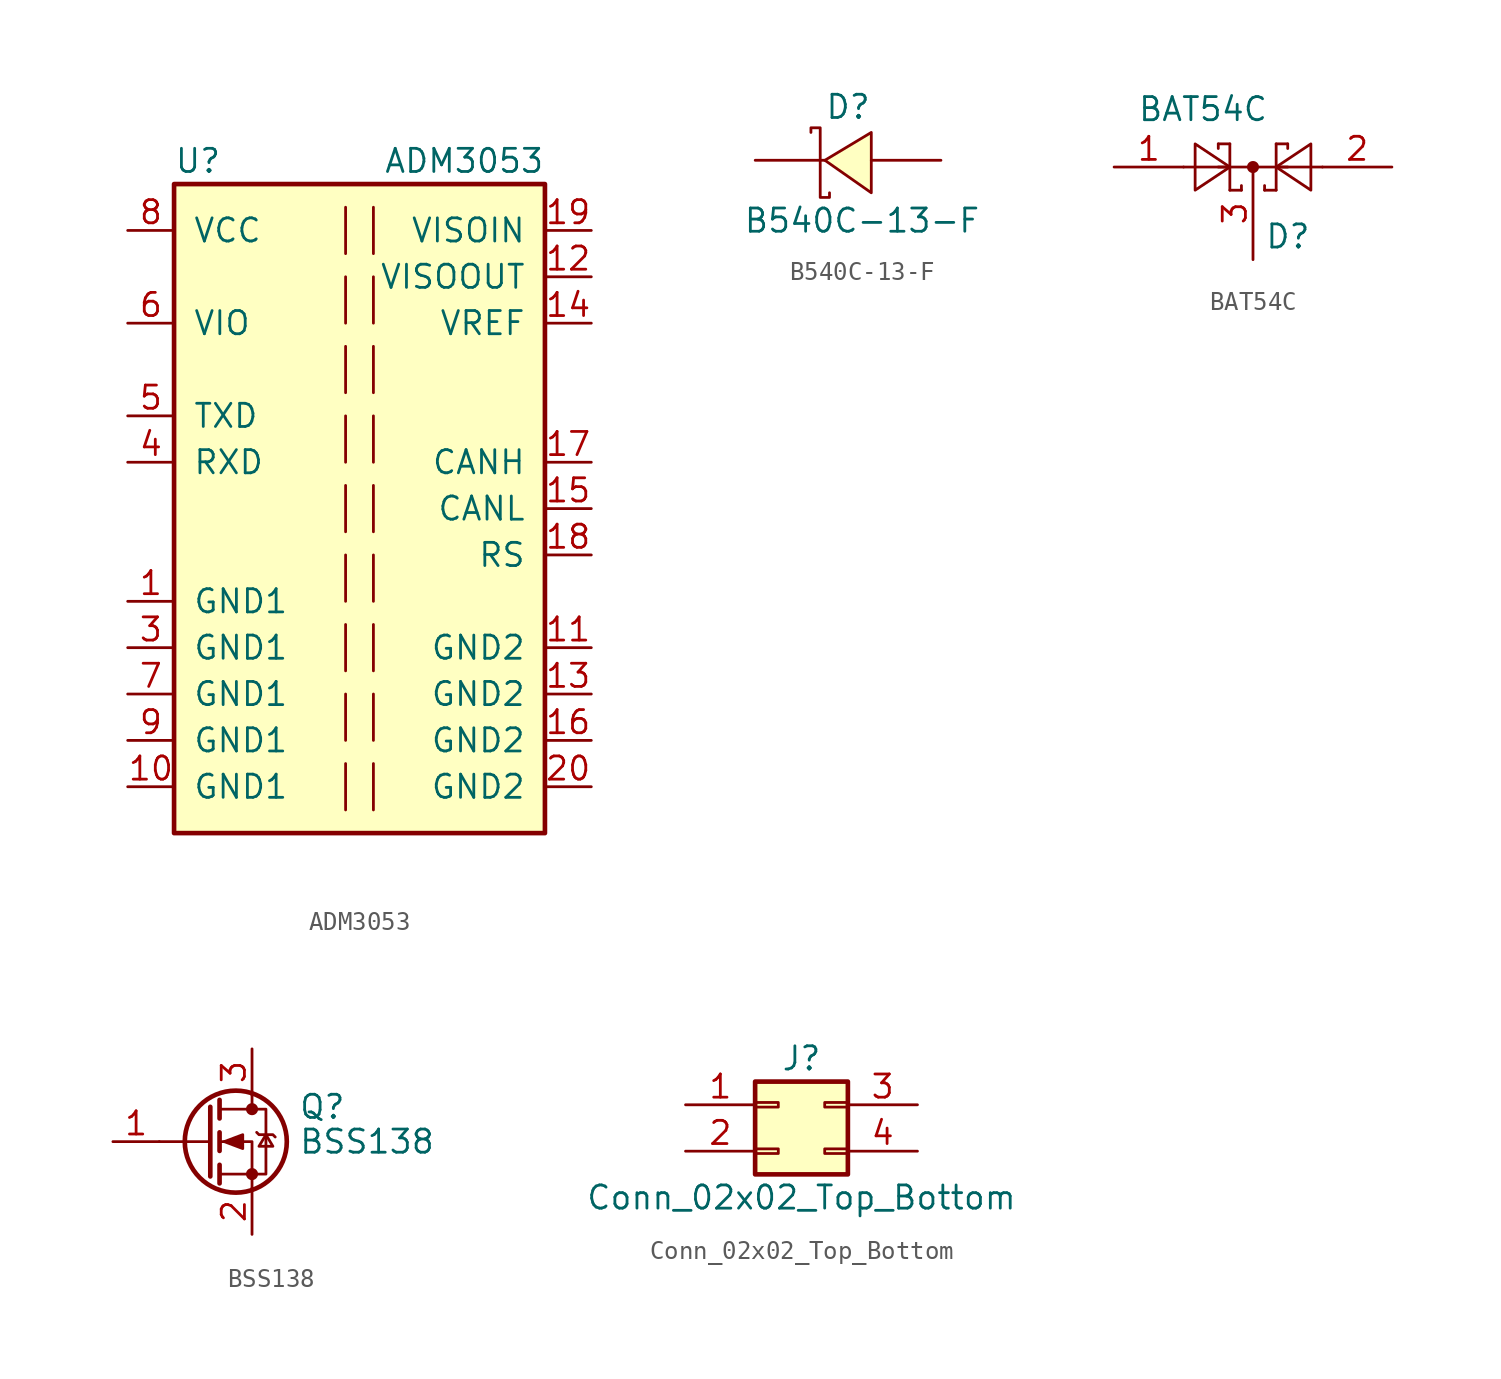
<source format=kicad_sym>
(kicad_symbol_lib
  (version 20241209)
  (generator "kicad_symbol_editor")
  (generator_version "9.0")
  (symbol "ADM3053"
    (pin_names
      (offset 1.016))
    (property "Reference" "U"
      (at -10.16 19.05 0)
      (effects (font (size 1.27 1.27)) (justify left)))
    (property "Value" "ADM3053"
      (at 10.16 19.05 0)
      (effects (font (size 1.27 1.27)) (justify right)))
    (symbol "ADM3053_0_1"
      (rectangle (start -10.16 17.78) (end 10.16 -17.78) (stroke (width 0.254) (type default)) (fill (type background)))
      (polyline (pts (xy -0.762 16.51) (xy -0.762 13.97)) (stroke (width 0) (type default)) (fill (type none)))
      (polyline (pts (xy -0.762 12.7) (xy -0.762 10.16)) (stroke (width 0) (type default)) (fill (type none)))
      (polyline (pts (xy -0.762 8.89) (xy -0.762 6.35)) (stroke (width 0) (type default)) (fill (type none)))
      (polyline (pts (xy -0.762 5.08) (xy -0.762 2.54)) (stroke (width 0) (type default)) (fill (type none)))
      (polyline (pts (xy -0.762 1.27) (xy -0.762 -1.27)) (stroke (width 0) (type default)) (fill (type none)))
      (polyline (pts (xy -0.762 -2.54) (xy -0.762 -5.08)) (stroke (width 0) (type default)) (fill (type none)))
      (polyline (pts (xy -0.762 -6.35) (xy -0.762 -8.89)) (stroke (width 0) (type default)) (fill (type none)))
      (polyline (pts (xy -0.762 -10.16) (xy -0.762 -12.7)) (stroke (width 0) (type default)) (fill (type none)))
      (polyline (pts (xy -0.762 -13.97) (xy -0.762 -16.51)) (stroke (width 0) (type default)) (fill (type none)))
      (polyline (pts (xy 0.762 13.97) (xy 0.762 16.51)) (stroke (width 0) (type default)) (fill (type none)))
      (polyline (pts (xy 0.762 10.16) (xy 0.762 12.7)) (stroke (width 0) (type default)) (fill (type none)))
      (polyline (pts (xy 0.762 6.35) (xy 0.762 8.89)) (stroke (width 0) (type default)) (fill (type none)))
      (polyline (pts (xy 0.762 2.54) (xy 0.762 5.08)) (stroke (width 0) (type default)) (fill (type none)))
      (polyline (pts (xy 0.762 1.27) (xy 0.762 -1.27)) (stroke (width 0) (type default)) (fill (type none)))
      (polyline (pts (xy 0.762 -2.54) (xy 0.762 -5.08)) (stroke (width 0) (type default)) (fill (type none)))
      (polyline (pts (xy 0.762 -6.35) (xy 0.762 -8.89)) (stroke (width 0) (type default)) (fill (type none)))
      (polyline (pts (xy 0.762 -10.16) (xy 0.762 -12.7)) (stroke (width 0) (type default)) (fill (type none)))
      (polyline (pts (xy 0.762 -13.97) (xy 0.762 -16.51)) (stroke (width 0) (type default)) (fill (type none))))
    (symbol "ADM3053_1_1"
      (pin power_in line (at -12.7 15.24 0) (length 2.54) (name "VCC" (effects (font (size 1.27 1.27)))) (number "8" (effects (font (size 1.27 1.27)))))
      (pin power_in line (at -12.7 10.16 0) (length 2.54) (name "VIO" (effects (font (size 1.27 1.27)))) (number "6" (effects (font (size 1.27 1.27)))))
      (pin input line (at -12.7 5.08 0) (length 2.54) (name "TXD" (effects (font (size 1.27 1.27)))) (number "5" (effects (font (size 1.27 1.27)))))
      (pin output line (at -12.7 2.54 0) (length 2.54) (name "RXD" (effects (font (size 1.27 1.27)))) (number "4" (effects (font (size 1.27 1.27)))))
      (pin power_in line (at -12.7 -5.08 0) (length 2.54) (name "GND1" (effects (font (size 1.27 1.27)))) (number "1" (effects (font (size 1.27 1.27)))))
      (pin power_in line (at -12.7 -7.62 0) (length 2.54) (name "GND1" (effects (font (size 1.27 1.27)))) (number "3" (effects (font (size 1.27 1.27)))))
      (pin power_in line (at -12.7 -10.16 0) (length 2.54) (name "GND1" (effects (font (size 1.27 1.27)))) (number "7" (effects (font (size 1.27 1.27)))))
      (pin power_in line (at -12.7 -12.7 0) (length 2.54) (name "GND1" (effects (font (size 1.27 1.27)))) (number "9" (effects (font (size 1.27 1.27)))))
      (pin power_in line (at -12.7 -15.24 0) (length 2.54) (name "GND1" (effects (font (size 1.27 1.27)))) (number "10" (effects (font (size 1.27 1.27)))))
      (pin no_connect line (at -2.54 -17.78 90) (length 2.54) (hide yes) (name "NC" (effects (font (size 1.27 1.27)))) (number "2" (effects (font (size 1.27 1.27)))))
      (pin power_in line (at 12.7 15.24 180) (length 2.54) (name "VISOIN" (effects (font (size 1.27 1.27)))) (number "19" (effects (font (size 1.27 1.27)))))
      (pin power_out line (at 12.7 12.7 180) (length 2.54) (name "VISOOUT" (effects (font (size 1.27 1.27)))) (number "12" (effects (font (size 1.27 1.27)))))
      (pin input line (at 12.7 10.16 180) (length 2.54) (name "VREF" (effects (font (size 1.27 1.27)))) (number "14" (effects (font (size 1.27 1.27)))))
      (pin bidirectional line (at 12.7 2.54 180) (length 2.54) (name "CANH" (effects (font (size 1.27 1.27)))) (number "17" (effects (font (size 1.27 1.27)))))
      (pin bidirectional line (at 12.7 0 180) (length 2.54) (name "CANL" (effects (font (size 1.27 1.27)))) (number "15" (effects (font (size 1.27 1.27)))))
      (pin input line (at 12.7 -2.54 180) (length 2.54) (name "RS" (effects (font (size 1.27 1.27)))) (number "18" (effects (font (size 1.27 1.27)))))
      (pin power_in line (at 12.7 -7.62 180) (length 2.54) (name "GND2" (effects (font (size 1.27 1.27)))) (number "11" (effects (font (size 1.27 1.27)))))
      (pin power_in line (at 12.7 -10.16 180) (length 2.54) (name "GND2" (effects (font (size 1.27 1.27)))) (number "13" (effects (font (size 1.27 1.27)))))
      (pin power_in line (at 12.7 -12.7 180) (length 2.54) (name "GND2" (effects (font (size 1.27 1.27)))) (number "16" (effects (font (size 1.27 1.27)))))
      (pin power_in line (at 12.7 -15.24 180) (length 2.54) (name "GND2" (effects (font (size 1.27 1.27)))) (number "20" (effects (font (size 1.27 1.27)))))))
  (symbol "B540C-13-F"
    (pin_numbers
      (hide yes))
    (pin_names
      (hide yes))
    (property "Reference" "D"
      (at 0 2.921 0)
      (effects (font (size 1.27 1.27))))
    (property "Value" "B540C-13-F"
      (at 0.762 -3.302 0)
      (effects (font (size 1.27 1.27))))
    (symbol "B540C-13-F_0_1"
      (polyline (pts (xy -2.032 1.524) (xy -2.032 1.778) (xy -1.524 1.778) (xy -1.524 -2.032) (xy -1.016 -2.032) (xy -1.016 -1.778)) (stroke (width 0) (type default)) (fill (type none)))
      (polyline (pts (xy 1.27 1.524) (xy -1.27 0) (xy 1.27 -1.778) (xy 1.27 1.524)) (stroke (width 0) (type default)) (fill (type background)))
      (pin unspecified line (at -5.08 0 0) (length 3.81) (name "K" (effects (font (size 1 1)))) (number "1" (effects (font (size 1 1)))))
      (pin unspecified line (at 5.08 0 180) (length 3.81) (name "A" (effects (font (size 1 1)))) (number "2" (effects (font (size 1 1)))))))
  (symbol "BAT54C"
    (pin_names
      (offset 1.016))
    (property "Reference" "D"
      (at 0.635 -3.81 0)
      (effects (font (size 1.27 1.27)) (justify left)))
    (property "Value" "BAT54C"
      (at -6.35 3.175 0)
      (effects (font (size 1.27 1.27)) (justify left)))
    (symbol "BAT54C_0_1"
      (polyline (pts (xy -3.175 -1.27) (xy -3.175 1.27) (xy -1.27 0) (xy -3.175 -1.27)) (stroke (width 0) (type default)) (fill (type none)))
      (polyline (pts (xy -1.905 1.27) (xy -1.905 1.016)) (stroke (width 0) (type default)) (fill (type none)))
      (polyline (pts (xy -1.905 0) (xy 1.905 0)) (stroke (width 0) (type default)) (fill (type none)))
      (polyline (pts (xy -1.27 1.27) (xy -1.905 1.27)) (stroke (width 0) (type default)) (fill (type none)))
      (polyline (pts (xy -1.27 1.27) (xy -1.27 -1.27)) (stroke (width 0) (type default)) (fill (type none)))
      (polyline (pts (xy -1.27 0) (xy -3.81 0)) (stroke (width 0) (type default)) (fill (type none)))
      (polyline (pts (xy -1.27 -1.27) (xy -0.635 -1.27)) (stroke (width 0) (type default)) (fill (type none)))
      (polyline (pts (xy -0.635 -1.27) (xy -0.635 -1.016)) (stroke (width 0) (type default)) (fill (type none)))
      (circle (center 0 0) (radius 0.254) (stroke (width 0) (type default)) (fill (type outline)))
      (polyline (pts (xy 0.635 -1.27) (xy 0.635 -1.016)) (stroke (width 0) (type default)) (fill (type none)))
      (polyline (pts (xy 1.27 1.27) (xy 1.27 -1.27)) (stroke (width 0) (type default)) (fill (type none)))
      (polyline (pts (xy 1.27 1.27) (xy 1.905 1.27)) (stroke (width 0) (type default)) (fill (type none)))
      (polyline (pts (xy 1.27 -1.27) (xy 0.635 -1.27)) (stroke (width 0) (type default)) (fill (type none)))
      (polyline (pts (xy 1.905 1.27) (xy 1.905 1.016)) (stroke (width 0) (type default)) (fill (type none)))
      (polyline (pts (xy 3.175 -1.27) (xy 3.175 1.27) (xy 1.27 0) (xy 3.175 -1.27)) (stroke (width 0) (type default)) (fill (type none)))
      (polyline (pts (xy 3.81 0) (xy 1.27 0)) (stroke (width 0) (type default)) (fill (type none))))
    (symbol "BAT54C_1_1"
      (pin passive line (at -7.62 0 0) (length 3.81) (name "~" (effects (font (size 1.27 1.27)))) (number "1" (effects (font (size 1.27 1.27)))))
      (pin passive line (at 0 -5.08 90) (length 5.08) (name "~" (effects (font (size 1.27 1.27)))) (number "3" (effects (font (size 1.27 1.27)))))
      (pin passive line (at 7.62 0 180) (length 3.81) (name "~" (effects (font (size 1.27 1.27)))) (number "2" (effects (font (size 1.27 1.27)))))))
  (symbol "BSS138"
    (pin_names
      (hide yes))
    (property "Reference" "Q"
      (at 5.08 1.905 0)
      (effects (font (size 1.27 1.27)) (justify left)))
    (property "Value" "BSS138"
      (at 5.08 0 0)
      (effects (font (size 1.27 1.27)) (justify left)))
    (symbol "BSS138_0_1"
      (polyline (pts (xy 0.254 1.905) (xy 0.254 -1.905)) (stroke (width 0.254) (type default)) (fill (type none)))
      (polyline (pts (xy 0.254 0) (xy -2.54 0)) (stroke (width 0) (type default)) (fill (type none)))
      (polyline (pts (xy 0.762 2.286) (xy 0.762 1.27)) (stroke (width 0.254) (type default)) (fill (type none)))
      (polyline (pts (xy 0.762 0.508) (xy 0.762 -0.508)) (stroke (width 0.254) (type default)) (fill (type none)))
      (polyline (pts (xy 0.762 -1.27) (xy 0.762 -2.286)) (stroke (width 0.254) (type default)) (fill (type none)))
      (polyline (pts (xy 0.762 -1.778) (xy 3.302 -1.778) (xy 3.302 1.778) (xy 0.762 1.778)) (stroke (width 0) (type default)) (fill (type none)))
      (polyline (pts (xy 1.016 0) (xy 2.032 0.381) (xy 2.032 -0.381) (xy 1.016 0)) (stroke (width 0) (type default)) (fill (type outline)))
      (circle (center 1.651 0) (radius 2.794) (stroke (width 0.254) (type default)) (fill (type none)))
      (polyline (pts (xy 2.54 2.54) (xy 2.54 1.778)) (stroke (width 0) (type default)) (fill (type none)))
      (circle (center 2.54 1.778) (radius 0.254) (stroke (width 0) (type default)) (fill (type outline)))
      (circle (center 2.54 -1.778) (radius 0.254) (stroke (width 0) (type default)) (fill (type outline)))
      (polyline (pts (xy 2.54 -2.54) (xy 2.54 0) (xy 0.762 0)) (stroke (width 0) (type default)) (fill (type none)))
      (polyline (pts (xy 2.794 0.508) (xy 2.921 0.381) (xy 3.683 0.381) (xy 3.81 0.254)) (stroke (width 0) (type default)) (fill (type none)))
      (polyline (pts (xy 3.302 0.381) (xy 2.921 -0.254) (xy 3.683 -0.254) (xy 3.302 0.381)) (stroke (width 0) (type default)) (fill (type none))))
    (symbol "BSS138_1_1"
      (pin input line (at -5.08 0 0) (length 2.54) (name "G" (effects (font (size 1.27 1.27)))) (number "1" (effects (font (size 1.27 1.27)))))
      (pin passive line (at 2.54 5.08 270) (length 2.54) (name "D" (effects (font (size 1.27 1.27)))) (number "3" (effects (font (size 1.27 1.27)))))
      (pin passive line (at 2.54 -5.08 90) (length 2.54) (name "S" (effects (font (size 1.27 1.27)))) (number "2" (effects (font (size 1.27 1.27)))))))
  (symbol "Conn_02x02_Top_Bottom"
    (pin_names
      (offset 1.016)
      (hide yes))
    (property "Reference" "J"
      (at 1.27 2.54 0)
      (effects (font (size 1.27 1.27))))
    (property "Value" "Conn_02x02_Top_Bottom"
      (at 1.27 -5.08 0)
      (effects (font (size 1.27 1.27))))
    (symbol "Conn_02x02_Top_Bottom_1_1"
      (rectangle (start -1.27 1.27) (end 3.81 -3.81) (stroke (width 0.254) (type default)) (fill (type background)))
      (rectangle (start -1.27 0.127) (end 0 -0.127) (stroke (width 0.152) (type default)) (fill (type none)))
      (rectangle (start -1.27 -2.413) (end 0 -2.667) (stroke (width 0.152) (type default)) (fill (type none)))
      (rectangle (start 3.81 0.127) (end 2.54 -0.127) (stroke (width 0.152) (type default)) (fill (type none)))
      (rectangle (start 3.81 -2.413) (end 2.54 -2.667) (stroke (width 0.152) (type default)) (fill (type none)))
      (pin passive line (at -5.08 0 0) (length 3.81) (name "Pin_1" (effects (font (size 1.27 1.27)))) (number "1" (effects (font (size 1.27 1.27)))))
      (pin passive line (at -5.08 -2.54 0) (length 3.81) (name "Pin_2" (effects (font (size 1.27 1.27)))) (number "2" (effects (font (size 1.27 1.27)))))
      (pin passive line (at 7.62 0 180) (length 3.81) (name "Pin_3" (effects (font (size 1.27 1.27)))) (number "3" (effects (font (size 1.27 1.27)))))
      (pin passive line (at 7.62 -2.54 180) (length 3.81) (name "Pin_4" (effects (font (size 1.27 1.27)))) (number "4" (effects (font (size 1.27 1.27))))))))
</source>
